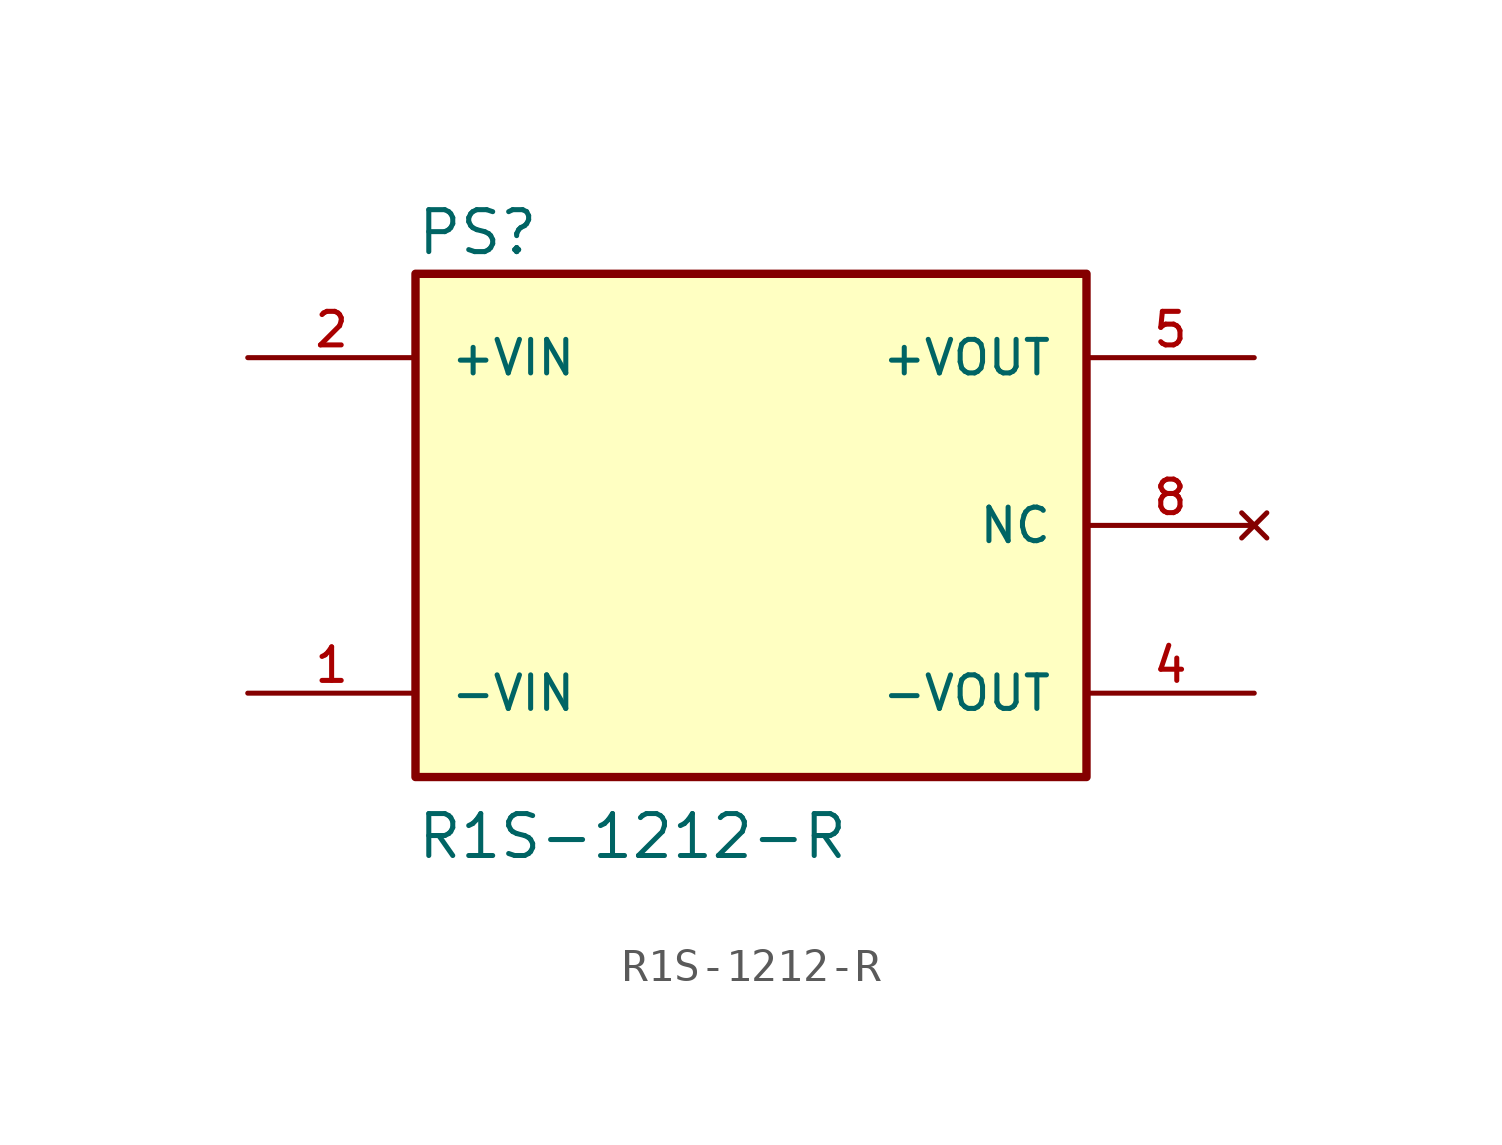
<source format=kicad_sym>
(kicad_symbol_lib
  (version 20211014)
  (generator kicad_symbol_editor)
  (symbol "R1S-1212-R"
    (pin_names
      (offset 1.016))
    (property "Reference" "PS"
      (at -10.16 8.128 0)
      (effects (font (size 1.27 1.27)) (justify bottom left)))
    (property "Value" "R1S-1212-R"
      (at -10.16 -10.16 0)
      (effects (font (size 1.27 1.27)) (justify bottom left)))
    (symbol "R1S-1212-R_0_0"
      (rectangle (start -10.16 -7.62) (end 10.16 7.62) (stroke (width 0.254)) (fill (type background)))
      (pin input line (at -15.24 5.08 0) (length 5.08) (name "+VIN" (effects (font (size 1.016 1.016)))) (number "2" (effects (font (size 1.016 1.016)))))
      (pin output line (at 15.24 5.08 180.0) (length 5.08) (name "+VOUT" (effects (font (size 1.016 1.016)))) (number "5" (effects (font (size 1.016 1.016)))))
      (pin no_connect line (at 15.24 0.0 180.0) (length 5.08) (name "NC" (effects (font (size 1.016 1.016)))) (number "8" (effects (font (size 1.016 1.016)))))
      (pin input line (at -15.24 -5.08 0) (length 5.08) (name "-VIN" (effects (font (size 1.016 1.016)))) (number "1" (effects (font (size 1.016 1.016)))))
      (pin output line (at 15.24 -5.08 180.0) (length 5.08) (name "-VOUT" (effects (font (size 1.016 1.016)))) (number "4" (effects (font (size 1.016 1.016))))))))
</source>
